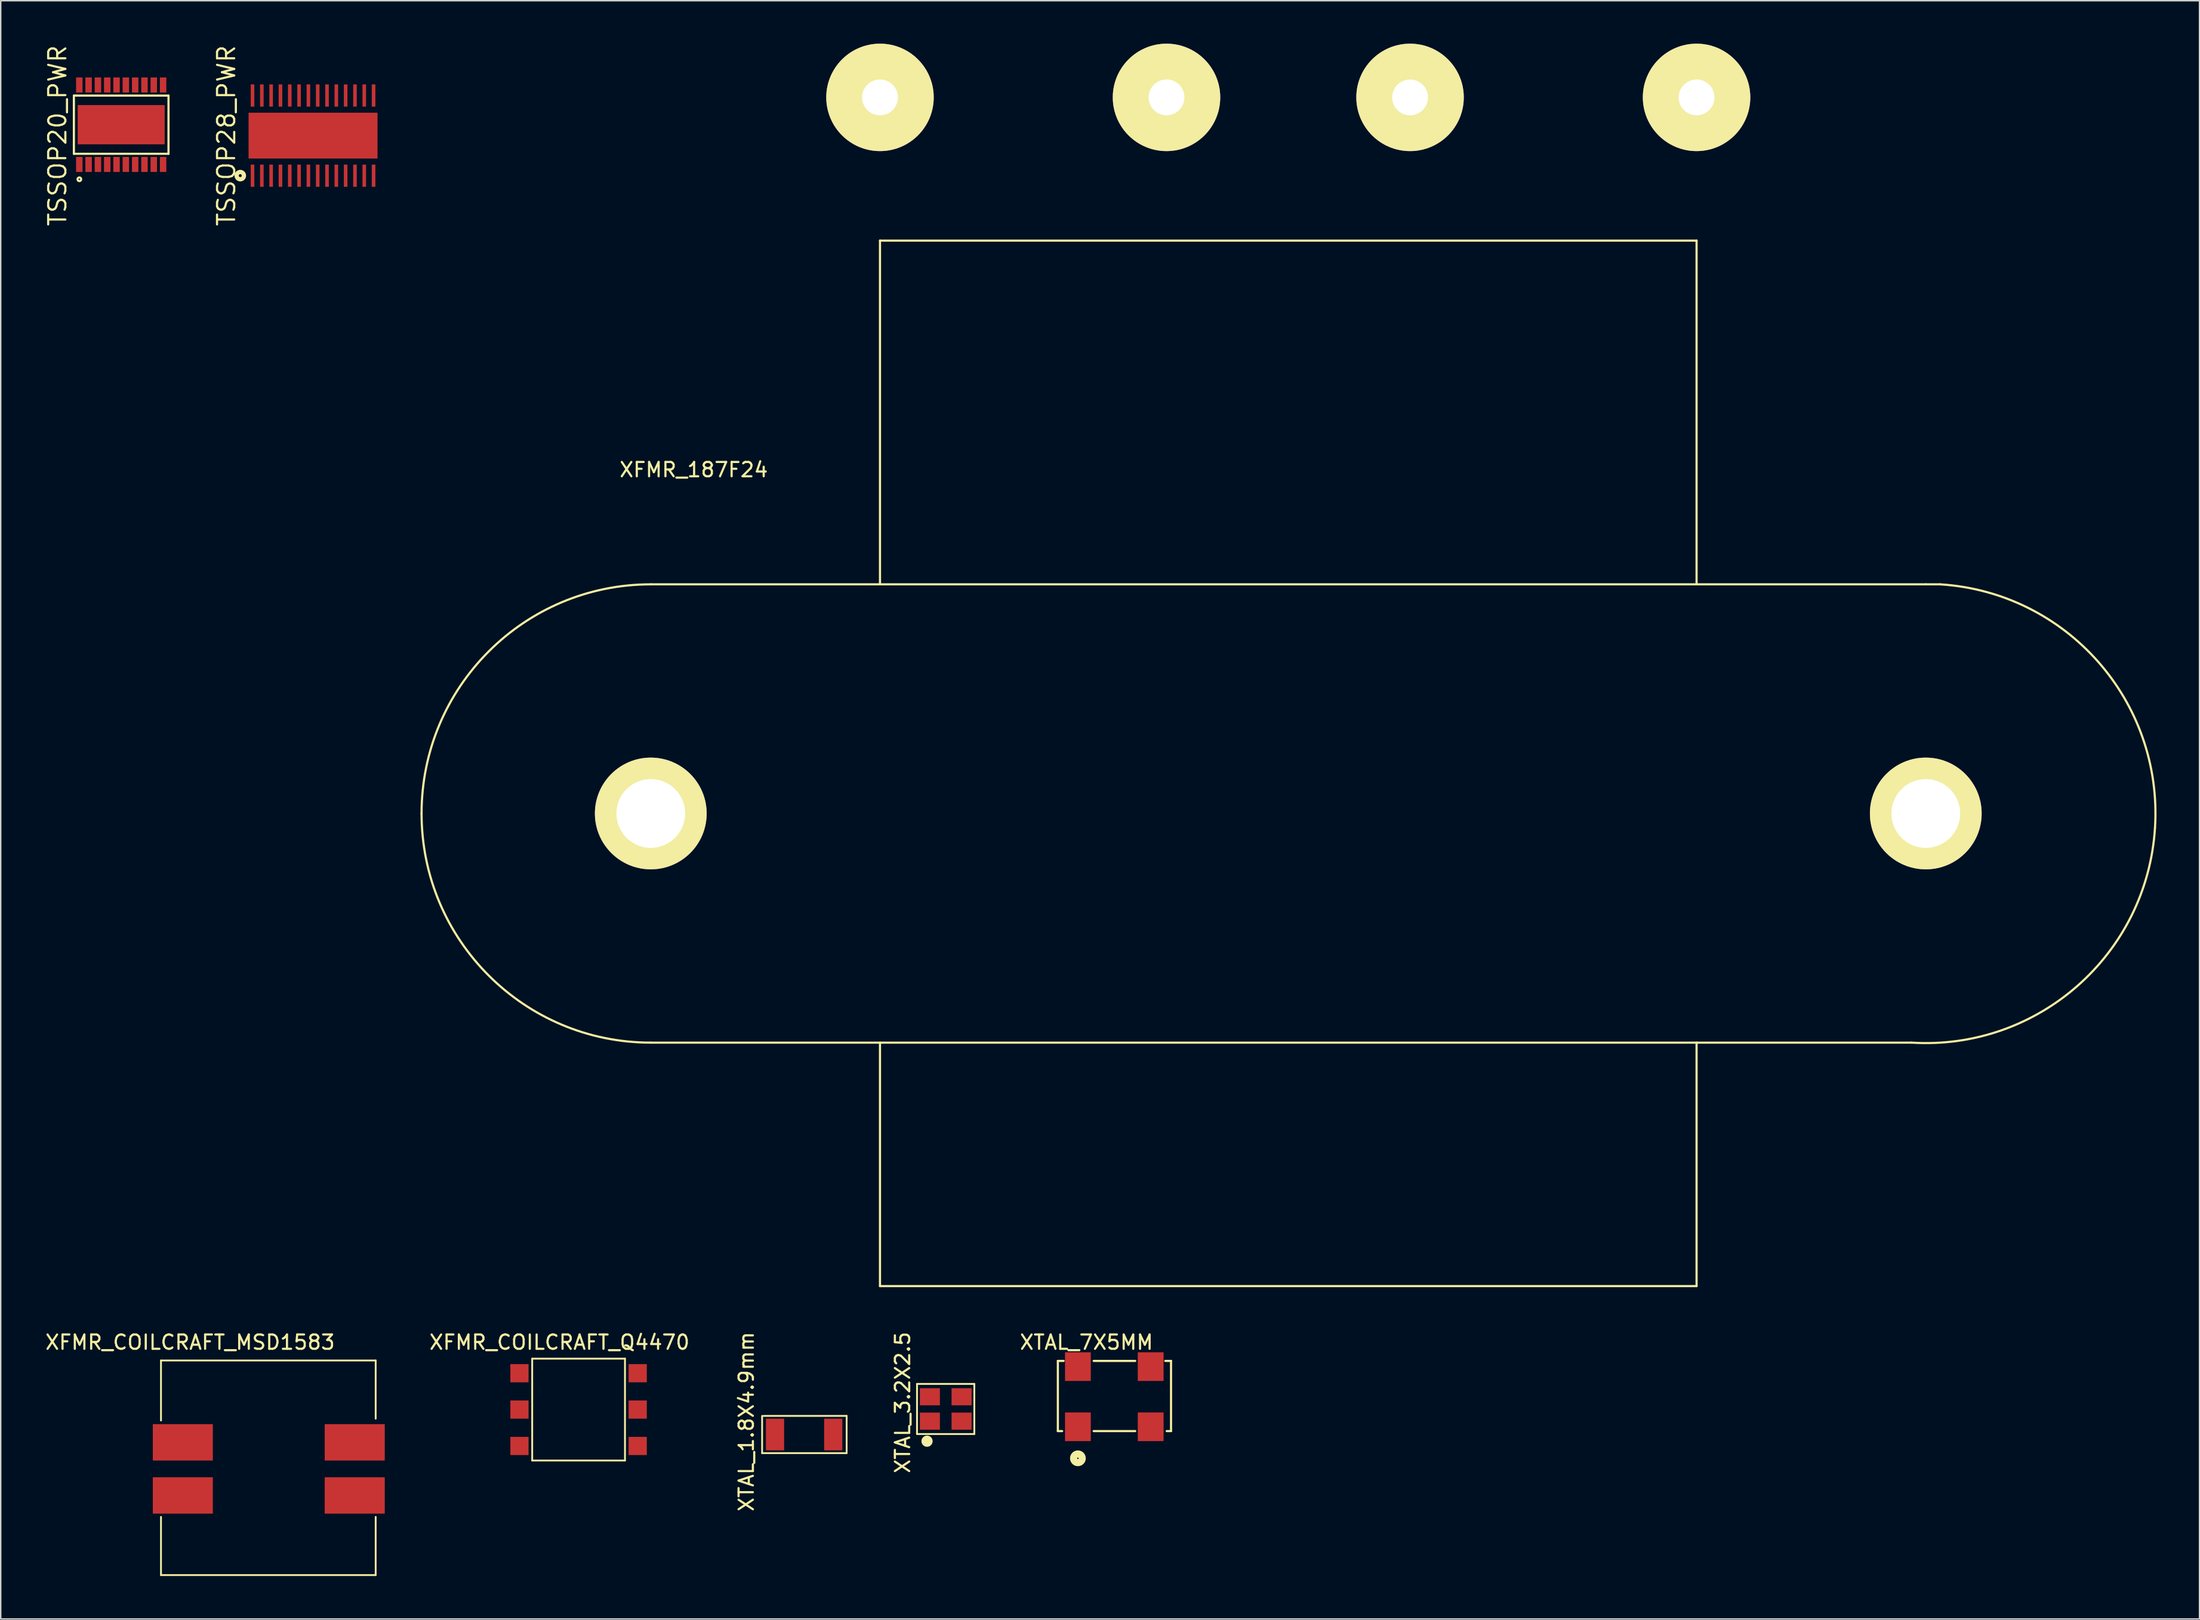
<source format=kicad_pcb>
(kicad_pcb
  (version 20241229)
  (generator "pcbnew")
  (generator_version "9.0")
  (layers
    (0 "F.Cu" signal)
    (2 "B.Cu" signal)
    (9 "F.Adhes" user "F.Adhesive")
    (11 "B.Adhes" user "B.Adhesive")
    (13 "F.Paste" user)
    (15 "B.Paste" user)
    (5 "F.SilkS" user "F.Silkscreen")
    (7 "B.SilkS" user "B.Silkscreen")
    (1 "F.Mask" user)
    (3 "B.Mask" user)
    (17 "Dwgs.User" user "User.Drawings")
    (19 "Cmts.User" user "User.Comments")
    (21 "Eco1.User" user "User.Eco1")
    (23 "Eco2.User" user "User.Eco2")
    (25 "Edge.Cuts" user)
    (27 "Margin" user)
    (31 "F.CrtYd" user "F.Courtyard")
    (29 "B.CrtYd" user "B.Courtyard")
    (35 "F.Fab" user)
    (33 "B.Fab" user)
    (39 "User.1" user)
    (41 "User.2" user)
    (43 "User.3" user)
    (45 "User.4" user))
  (footprint "XTAL_7X5MM"
    (layer "F.Cu")
    (at 72.192 92.373)
    (property "Reference" "XTAL_7X5MM" (at 0.6 -1.7 0) (layer "F.SilkS") (effects (font (size 1 1) (thickness 0.15))))
    (attr through_hole)
    (fp_line (start -1.4 -0.4) (end -1.4 4.5) (stroke (width 0.15) (type solid)) (layer "F.SilkS"))
    (fp_line (start -1.4 4.5) (end -1.1 4.5) (stroke (width 0.15) (type solid)) (layer "F.SilkS"))
    (fp_line (start -1 -0.4) (end -1.4 -0.4) (stroke (width 0.15) (type solid)) (layer "F.SilkS"))
    (fp_line (start 1.1 4.5) (end 4 4.5) (stroke (width 0.15) (type solid)) (layer "F.SilkS"))
    (fp_line (start 4 -0.4) (end 1.1 -0.4) (stroke (width 0.15) (type solid)) (layer "F.SilkS"))
    (fp_line (start 6.2 4.5) (end 6.5 4.5) (stroke (width 0.15) (type solid)) (layer "F.SilkS"))
    (fp_line (start 6.5 -0.4) (end 6.1 -0.4) (stroke (width 0.15) (type solid)) (layer "F.SilkS"))
    (fp_line (start 6.5 4.5) (end 6.5 -0.4) (stroke (width 0.15) (type solid)) (layer "F.SilkS"))
    (fp_circle (center 0 6.4) (end 0.3 6.4) (stroke (width 0.5) (type solid)) (fill no) (layer "F.SilkS"))
    (pad "1" smd rect (at 0 4.2) (size 1.8 2) (layers "F.Cu" "F.Mask" "F.Paste"))
    (pad "2" smd rect (at 5.08 4.2) (size 1.8 2) (layers "F.Cu" "F.Mask" "F.Paste"))
    (pad "3" smd rect (at 5.08 0) (size 1.8 2) (layers "F.Cu" "F.Mask" "F.Paste"))
    (pad "4" smd rect (at 0 0) (size 1.8 2) (layers "F.Cu" "F.Mask" "F.Paste")))
  (footprint "XFMR_COILCRAFT_Q4470"
    (layer "F.Cu")
    (at 33.21 92.832)
    (property "Reference" "XFMR_COILCRAFT_Q4470" (at 2.794 -2.159 0) (layer "F.SilkS") (effects (font (size 1 1) (thickness 0.15))))
    (attr through_hole)
    (fp_line (start 0.889 6.096) (end 0.889 -1.016) (stroke (width 0.127) (type solid)) (layer "F.SilkS"))
    (fp_line (start 7.366 -1.016) (end 0.889 -1.016) (stroke (width 0.127) (type solid)) (layer "F.SilkS"))
    (fp_line (start 7.366 -1.016) (end 7.366 6.096) (stroke (width 0.127) (type solid)) (layer "F.SilkS"))
    (fp_line (start 7.366 6.096) (end 0.889 6.096) (stroke (width 0.127) (type solid)) (layer "F.SilkS"))
    (pad "1" smd rect (at 0 0) (size 1.27 1.27) (layers "F.Cu" "F.Mask" "F.Paste"))
    (pad "2" smd rect (at 0 2.54) (size 1.27 1.27) (layers "F.Cu" "F.Mask" "F.Paste"))
    (pad "3" smd rect (at 0 5.08) (size 1.27 1.27) (layers "F.Cu" "F.Mask" "F.Paste"))
    (pad "4" smd rect (at 8.255 5.08) (size 1.27 1.27) (layers "F.Cu" "F.Mask" "F.Paste"))
    (pad "5" smd rect (at 8.255 2.54) (size 1.27 1.27) (layers "F.Cu" "F.Mask" "F.Paste"))
    (pad "6" smd rect (at 8.255 0) (size 1.27 1.27) (layers "F.Cu" "F.Mask" "F.Paste")))
  (footprint "XTAL_1.8X4.9mm"
    (layer "F.Cu")
    (at 51.049 97.112)
    (property "Reference" "XTAL_1.8X4.9mm" (at -2 -0.9 90) (layer "F.SilkS") (effects (font (size 1 1) (thickness 0.15))))
    (attr through_hole)
    (fp_line (start -0.9 1.3) (end -0.9 -1.3) (stroke (width 0.127) (type solid)) (layer "F.SilkS"))
    (fp_line (start -0.8 -1.3) (end 5 -1.3) (stroke (width 0.127) (type solid)) (layer "F.SilkS"))
    (fp_line (start 5 -1.3) (end 5 1.3) (stroke (width 0.127) (type solid)) (layer "F.SilkS"))
    (fp_line (start 5 1.3) (end -0.9 1.3) (stroke (width 0.127) (type solid)) (layer "F.SilkS"))
    (pad "1" smd rect (at 0 0) (size 1.27 2.21) (layers "F.Cu" "F.Mask" "F.Paste"))
    (pad "2" smd rect (at 4.064 0) (size 1.27 2.21) (layers "F.Cu" "F.Mask" "F.Paste")))
  (footprint "XTAL_3.2X2.5"
    (layer "F.Cu")
    (at 61.861 96.179)
    (property "Reference" "XTAL_3.2X2.5" (at -1.9 -1.3 90) (layer "F.SilkS") (effects (font (size 1 1) (thickness 0.15))))
    (attr through_hole)
    (fp_line (start -0.9 -2.6) (end 3.1 -2.6) (stroke (width 0.127) (type solid)) (layer "F.SilkS"))
    (fp_line (start -0.9 0.9) (end -0.9 -2.6) (stroke (width 0.127) (type solid)) (layer "F.SilkS"))
    (fp_line (start 3.1 -2.6) (end 3.1 -2.4) (stroke (width 0.127) (type solid)) (layer "F.SilkS"))
    (fp_line (start 3.1 -2.5) (end 3.1 0.9) (stroke (width 0.127) (type solid)) (layer "F.SilkS"))
    (fp_line (start 3.1 0.9) (end -0.9 0.9) (stroke (width 0.127) (type solid)) (layer "F.SilkS"))
    (fp_circle (center -0.2 1.4) (end 0 1.4) (stroke (width 0.381) (type solid)) (fill no) (layer "F.SilkS"))
    (pad "1" smd rect (at 0 0) (size 1.397 1.194) (layers "F.Cu" "F.Mask" "F.Paste"))
    (pad "2" smd rect (at 2.21 0) (size 1.397 1.194) (layers "F.Cu" "F.Mask" "F.Paste"))
    (pad "3" smd rect (at 2.21 -1.702) (size 1.397 1.194) (layers "F.Cu" "F.Mask" "F.Paste"))
    (pad "4" smd rect (at 0 -1.702) (size 1.397 1.194) (layers "F.Cu" "F.Mask" "F.Paste")))
  (footprint "XFMR_187F24"
    (layer "F.Cu")
    (at 42.377 53.75)
    (property "Reference" "XFMR_187F24" (at 3 -24 0) (layer "F.SilkS") (effects (font (size 1 1) (thickness 0.15))))
    (attr through_hole)
    (fp_line (start 0 16) (end 88 16) (stroke (width 0.15) (type solid)) (layer "F.SilkS"))
    (fp_line (start 16 -40) (end 73 -40) (stroke (width 0.15) (type solid)) (layer "F.SilkS"))
    (fp_line (start 16 -16) (end 16 -40) (stroke (width 0.15) (type solid)) (layer "F.SilkS"))
    (fp_line (start 16 33) (end 16 16) (stroke (width 0.15) (type solid)) (layer "F.SilkS"))
    (fp_line (start 73 -40) (end 73 -16) (stroke (width 0.15) (type solid)) (layer "F.SilkS"))
    (fp_line (start 73 16) (end 73 33) (stroke (width 0.15) (type solid)) (layer "F.SilkS"))
    (fp_line (start 73 33) (end 16 33) (stroke (width 0.15) (type solid)) (layer "F.SilkS"))
    (fp_line (start 89 -16) (end 0 -16) (stroke (width 0.15) (type solid)) (layer "F.SilkS"))
    (fp_line (start 89 -16) (end 90 -16) (stroke (width 0.15) (type solid)) (layer "F.SilkS"))
    (fp_arc (start -16 0) (mid -11.313708 -11.313708) (end 0 -16) (stroke (width 0.15) (type solid)) (layer "F.SilkS"))
    (fp_arc (start 0 16) (mid -11.313708 11.313708) (end -16 0) (stroke (width 0.15) (type solid)) (layer "F.SilkS"))
    (fp_arc (start 90 -16) (mid 101.020815 -10.606602) (end 105 1) (stroke (width 0.15) (type solid)) (layer "F.SilkS"))
    (fp_arc (start 105 1) (mid 99.606602 12.020815) (end 88 16) (stroke (width 0.15) (type solid)) (layer "F.SilkS"))
    (pad "1" thru_hole circle (at 53 -50) (size 7.5 7.5) (drill 2.5) (layers "*.Cu" "*.Mask" "F.SilkS"))
    (pad "2" thru_hole circle (at 36 -50) (size 7.5 7.5) (drill 2.5) (layers "*.Cu" "*.Mask" "F.SilkS"))
    (pad "3" thru_hole circle (at 73 -50) (size 7.5 7.5) (drill 2.5) (layers "*.Cu" "*.Mask" "F.SilkS"))
    (pad "5" thru_hole circle (at 16 -50) (size 7.5 7.5) (drill 2.5) (layers "*.Cu" "*.Mask" "F.SilkS"))
    (pad "A" thru_hole circle (at 0 0) (size 7.8 7.8) (drill 4.8) (layers "*.Cu" "*.Mask" "F.SilkS"))
    (pad "B" thru_hole circle (at 89 0) (size 7.8 7.8) (drill 4.8) (layers "*.Cu" "*.Mask" "F.SilkS")))
  (footprint "TSSOP28_PWR"
    (layer "F.Cu")
    (at 18.802 6.419)
    (property "Reference" "TSSOP28_PWR" (at -6.05 0 90) (layer "F.SilkS") (effects (font (size 1.2 1.2) (thickness 0.15))))
    (attr through_hole)
    (fp_circle (center -5.08 2.794) (end -4.826 2.794) (stroke (width 0.3) (type solid)) (fill no) (layer "F.SilkS"))
    (pad "1" smd rect (at -4.225 2.8) (size 0.25 1.55) (layers "F.Cu" "F.Mask" "F.Paste"))
    (pad "1" smd rect (at 0 0) (size 9 3.2) (layers "F.Cu" "F.Mask" "F.Paste"))
    (pad "2" smd rect (at -3.575 2.8) (size 0.25 1.55) (layers "F.Cu" "F.Mask" "F.Paste"))
    (pad "3" smd rect (at -2.925 2.8) (size 0.25 1.55) (layers "F.Cu" "F.Mask" "F.Paste"))
    (pad "4" smd rect (at -2.275 2.8) (size 0.25 1.55) (layers "F.Cu" "F.Mask" "F.Paste"))
    (pad "5" smd rect (at -1.625 2.8) (size 0.25 1.55) (layers "F.Cu" "F.Mask" "F.Paste"))
    (pad "6" smd rect (at -0.975 2.8) (size 0.25 1.55) (layers "F.Cu" "F.Mask" "F.Paste"))
    (pad "7" smd rect (at -0.325 2.8) (size 0.25 1.55) (layers "F.Cu" "F.Mask" "F.Paste"))
    (pad "8" smd rect (at 0.325 2.8) (size 0.25 1.55) (layers "F.Cu" "F.Mask" "F.Paste"))
    (pad "9" smd rect (at 0.975 2.8) (size 0.25 1.55) (layers "F.Cu" "F.Mask" "F.Paste"))
    (pad "10" smd rect (at 1.625 2.8) (size 0.25 1.55) (layers "F.Cu" "F.Mask" "F.Paste"))
    (pad "11" smd rect (at 2.275 2.8) (size 0.25 1.55) (layers "F.Cu" "F.Mask" "F.Paste"))
    (pad "12" smd rect (at 2.925 2.8) (size 0.25 1.55) (layers "F.Cu" "F.Mask" "F.Paste"))
    (pad "13" smd rect (at 3.575 2.8) (size 0.25 1.55) (layers "F.Cu" "F.Mask" "F.Paste"))
    (pad "14" smd rect (at 4.225 2.8) (size 0.25 1.55) (layers "F.Cu" "F.Mask" "F.Paste"))
    (pad "15" smd rect (at 4.225 -2.8) (size 0.25 1.55) (layers "F.Cu" "F.Mask" "F.Paste"))
    (pad "16" smd rect (at 3.575 -2.8) (size 0.25 1.55) (layers "F.Cu" "F.Mask" "F.Paste"))
    (pad "17" smd rect (at 2.925 -2.8) (size 0.25 1.55) (layers "F.Cu" "F.Mask" "F.Paste"))
    (pad "18" smd rect (at 2.275 -2.8) (size 0.25 1.55) (layers "F.Cu" "F.Mask" "F.Paste"))
    (pad "19" smd rect (at 1.625 -2.8) (size 0.25 1.55) (layers "F.Cu" "F.Mask" "F.Paste"))
    (pad "20" smd rect (at 0.975 -2.8) (size 0.25 1.55) (layers "F.Cu" "F.Mask" "F.Paste"))
    (pad "21" smd rect (at 0.325 -2.8) (size 0.25 1.55) (layers "F.Cu" "F.Mask" "F.Paste"))
    (pad "22" smd rect (at -0.325 -2.8) (size 0.25 1.55) (layers "F.Cu" "F.Mask" "F.Paste"))
    (pad "23" smd rect (at -0.975 -2.8) (size 0.25 1.55) (layers "F.Cu" "F.Mask" "F.Paste"))
    (pad "24" smd rect (at -1.625 -2.8) (size 0.25 1.55) (layers "F.Cu" "F.Mask" "F.Paste"))
    (pad "25" smd rect (at -2.275 -2.8) (size 0.25 1.55) (layers "F.Cu" "F.Mask" "F.Paste"))
    (pad "26" smd rect (at -2.925 -2.8) (size 0.25 1.55) (layers "F.Cu" "F.Mask" "F.Paste"))
    (pad "27" smd rect (at -3.575 -2.8) (size 0.25 1.55) (layers "F.Cu" "F.Mask" "F.Paste"))
    (pad "28" smd rect (at -4.225 -2.8) (size 0.25 1.55) (layers "F.Cu" "F.Mask" "F.Paste")))
  (footprint "TSSOP20_PWR"
    (layer "F.Cu")
    (at 5.41 5.657)
    (property "Reference" "TSSOP20_PWR" (at -4.445 0.762 270) (layer "F.SilkS") (effects (font (size 1.2 1.2) (thickness 0.15))))
    (attr through_hole)
    (fp_line (start -3.302 -2.032) (end -3.175 -2.032) (stroke (width 0.15) (type solid)) (layer "F.SilkS"))
    (fp_line (start -3.302 2.032) (end -3.302 -2.032) (stroke (width 0.15) (type solid)) (layer "F.SilkS"))
    (fp_line (start -3.175 -2.032) (end 3.302 -2.032) (stroke (width 0.15) (type solid)) (layer "F.SilkS"))
    (fp_line (start 3.302 -2.032) (end 3.302 2.032) (stroke (width 0.15) (type solid)) (layer "F.SilkS"))
    (fp_line (start 3.302 2.032) (end -3.302 2.032) (stroke (width 0.15) (type solid)) (layer "F.SilkS"))
    (fp_circle (center -2.921 3.81) (end -2.794 3.81) (stroke (width 0.15) (type solid)) (fill no) (layer "F.SilkS"))
    (pad "1" smd rect (at -2.925 2.775) (size 0.45 1.05) (layers "F.Cu" "F.Mask" "F.Paste"))
    (pad "2" smd rect (at -2.275 2.775) (size 0.45 1.05) (layers "F.Cu" "F.Mask" "F.Paste"))
    (pad "3" smd rect (at -1.625 2.775) (size 0.45 1.05) (layers "F.Cu" "F.Mask" "F.Paste"))
    (pad "4" smd rect (at -0.975 2.775) (size 0.45 1.05) (layers "F.Cu" "F.Mask" "F.Paste"))
    (pad "5" smd rect (at -0.325 2.775) (size 0.45 1.05) (layers "F.Cu" "F.Mask" "F.Paste"))
    (pad "6" smd rect (at 0.325 2.775) (size 0.45 1.05) (layers "F.Cu" "F.Mask" "F.Paste"))
    (pad "7" smd rect (at 0.975 2.775) (size 0.45 1.05) (layers "F.Cu" "F.Mask" "F.Paste"))
    (pad "8" smd rect (at 1.625 2.775) (size 0.45 1.05) (layers "F.Cu" "F.Mask" "F.Paste"))
    (pad "9" smd rect (at 2.275 2.775) (size 0.45 1.05) (layers "F.Cu" "F.Mask" "F.Paste"))
    (pad "10" smd rect (at 2.925 2.775) (size 0.45 1.05) (layers "F.Cu" "F.Mask" "F.Paste"))
    (pad "11" smd rect (at 2.925 -2.775) (size 0.45 1.05) (layers "F.Cu" "F.Mask" "F.Paste"))
    (pad "12" smd rect (at 2.275 -2.775) (size 0.45 1.05) (layers "F.Cu" "F.Mask" "F.Paste"))
    (pad "13" smd rect (at 1.625 -2.775) (size 0.45 1.05) (layers "F.Cu" "F.Mask" "F.Paste"))
    (pad "14" smd rect (at 0.975 -2.775) (size 0.45 1.05) (layers "F.Cu" "F.Mask" "F.Paste"))
    (pad "15" smd rect (at 0.325 -2.775) (size 0.45 1.05) (layers "F.Cu" "F.Mask" "F.Paste"))
    (pad "16" smd rect (at -0.325 -2.775) (size 0.45 1.05) (layers "F.Cu" "F.Mask" "F.Paste"))
    (pad "17" smd rect (at -0.975 -2.775) (size 0.45 1.05) (layers "F.Cu" "F.Mask" "F.Paste"))
    (pad "18" smd rect (at -1.625 -2.775) (size 0.45 1.05) (layers "F.Cu" "F.Mask" "F.Paste"))
    (pad "19" smd rect (at -2.275 -2.775) (size 0.45 1.05) (layers "F.Cu" "F.Mask" "F.Paste"))
    (pad "20" smd rect (at -2.925 -2.775) (size 0.45 1.05) (layers "F.Cu" "F.Mask" "F.Paste"))
    (pad "21" smd rect (at 0 0) (size 6.07 2.74) (layers "F.Cu" "F.Mask" "F.Paste")))
  (footprint "XFMR_COILCRAFT_MSD1583"
    (layer "F.Cu")
    (at 9.712 97.658)
    (property "Reference" "XFMR_COILCRAFT_MSD1583" (at 0.508 -6.985 0) (layer "F.SilkS") (effects (font (size 1 1) (thickness 0.15))))
    (attr through_hole)
    (fp_line (start -1.524 -5.715) (end -1.524 -1.524) (stroke (width 0.127) (type solid)) (layer "F.SilkS"))
    (fp_line (start -1.524 5.207) (end -1.524 9.271) (stroke (width 0.127) (type solid)) (layer "F.SilkS"))
    (fp_line (start -1.524 9.271) (end 13.462 9.271) (stroke (width 0.127) (type solid)) (layer "F.SilkS"))
    (fp_line (start 13.462 -5.715) (end -1.524 -5.715) (stroke (width 0.127) (type solid)) (layer "F.SilkS"))
    (fp_line (start 13.462 -1.651) (end 13.462 -5.715) (stroke (width 0.127) (type solid)) (layer "F.SilkS"))
    (fp_line (start 13.462 9.271) (end 13.462 5.207) (stroke (width 0.127) (type solid)) (layer "F.SilkS"))
    (pad "1" smd rect (at 0 0) (size 4.191 2.54) (layers "F.Cu" "F.Mask" "F.Paste"))
    (pad "2" smd rect (at 0 3.708) (size 4.191 2.54) (layers "F.Cu" "F.Mask" "F.Paste"))
    (pad "3" smd rect (at 12 3.708) (size 4.191 2.54) (layers "F.Cu" "F.Mask" "F.Paste"))
    (pad "4" smd rect (at 12 0) (size 4.191 2.54) (layers "F.Cu" "F.Mask" "F.Paste")))
  (gr_rect
    (start -3 -3)
    (end 150.484 109.993)
    (stroke (width 0.1) (type default))
    (fill no)
    (layer "Edge.Cuts")))
</source>
